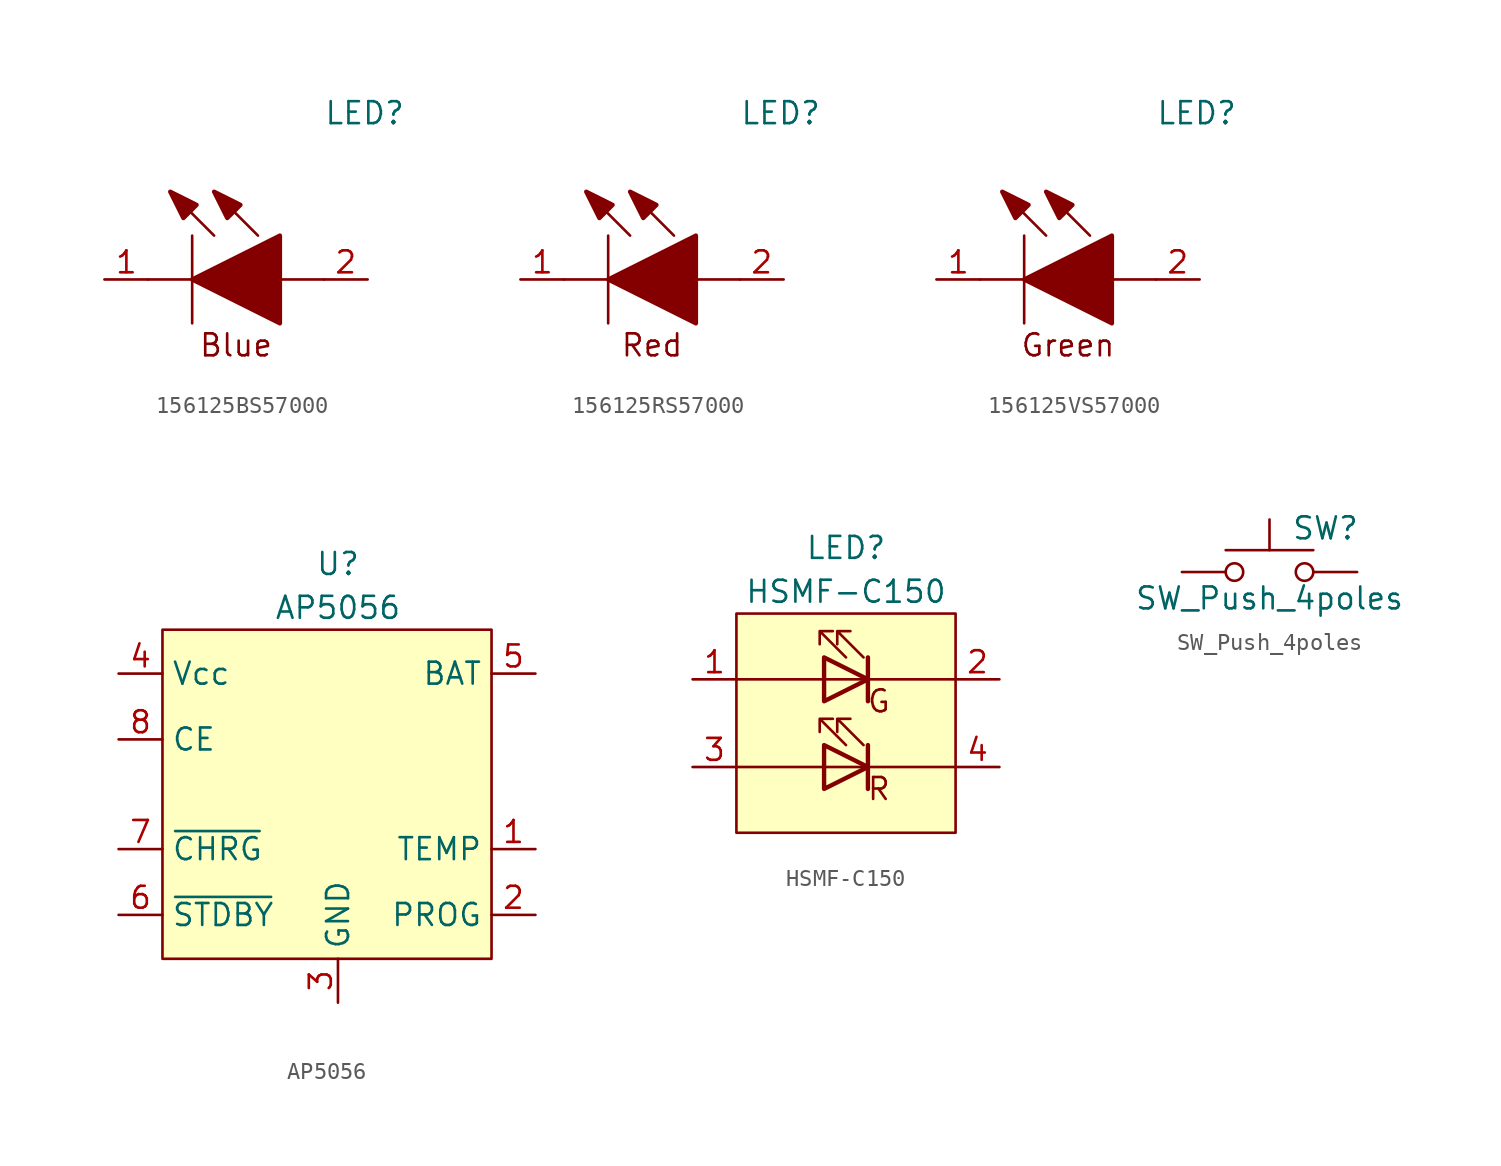
<source format=kicad_sym>
(kicad_symbol_lib
  (version 20220914)
  (generator kicad_symbol_editor)
  (symbol "156125BS57000"
    (pin_names
      (offset 0.762))
    (property "Reference" "LED"
      (at 12.7 8.89 0)
      (effects (font (size 1.27 1.27)) (justify left bottom)))
    (symbol "156125BS57000_0_0"
      (pin passive line (at 0 0 0) (length 2.54) (name "~" (effects (font (size 1.27 1.27)))) (number "1" (effects (font (size 1.27 1.27)))))
      (pin passive line (at 15.24 0 180) (length 2.54) (name "~" (effects (font (size 1.27 1.27)))) (number "2" (effects (font (size 1.27 1.27))))))
    (symbol "156125BS57000_0_1"
      (polyline (pts (xy 2.54 0) (xy 5.08 0)) (stroke (width 0.152) (type solid)) (fill (type none)))
      (polyline (pts (xy 5.08 2.54) (xy 5.08 -2.54)) (stroke (width 0.152) (type solid)) (fill (type none)))
      (polyline (pts (xy 6.35 2.54) (xy 3.81 5.08)) (stroke (width 0.152) (type solid)) (fill (type none)))
      (polyline (pts (xy 8.89 2.54) (xy 6.35 5.08)) (stroke (width 0.152) (type solid)) (fill (type none)))
      (polyline (pts (xy 10.16 0) (xy 12.7 0)) (stroke (width 0.152) (type solid)) (fill (type none)))
      (polyline (pts (xy 5.08 0) (xy 10.16 2.54) (xy 10.16 -2.54) (xy 5.08 0)) (stroke (width 0.254) (type solid)) (fill (type outline)))
      (polyline (pts (xy 5.334 4.318) (xy 4.572 3.556) (xy 3.81 5.08) (xy 5.334 4.318)) (stroke (width 0.254) (type solid)) (fill (type outline)))
      (polyline (pts (xy 7.874 4.318) (xy 7.112 3.556) (xy 6.35 5.08) (xy 7.874 4.318)) (stroke (width 0.254) (type solid)) (fill (type outline)))
      (text "Blue" (at 7.62 -3.81 0) (effects (font (size 1.27 1.27) (color 132 0 0 1))))))
  (symbol "156125RS57000"
    (pin_names
      (offset 0.762))
    (property "Reference" "LED"
      (at 12.7 8.89 0)
      (effects (font (size 1.27 1.27)) (justify left bottom)))
    (symbol "156125RS57000_0_0"
      (pin passive line (at 0 0 0) (length 2.54) (name "~" (effects (font (size 1.27 1.27)))) (number "1" (effects (font (size 1.27 1.27)))))
      (pin passive line (at 15.24 0 180) (length 2.54) (name "~" (effects (font (size 1.27 1.27)))) (number "2" (effects (font (size 1.27 1.27))))))
    (symbol "156125RS57000_0_1"
      (polyline (pts (xy 2.54 0) (xy 5.08 0)) (stroke (width 0.152) (type solid)) (fill (type none)))
      (polyline (pts (xy 5.08 2.54) (xy 5.08 -2.54)) (stroke (width 0.152) (type solid)) (fill (type none)))
      (polyline (pts (xy 6.35 2.54) (xy 3.81 5.08)) (stroke (width 0.152) (type solid)) (fill (type none)))
      (polyline (pts (xy 8.89 2.54) (xy 6.35 5.08)) (stroke (width 0.152) (type solid)) (fill (type none)))
      (polyline (pts (xy 10.16 0) (xy 12.7 0)) (stroke (width 0.152) (type solid)) (fill (type none)))
      (polyline (pts (xy 5.08 0) (xy 10.16 2.54) (xy 10.16 -2.54) (xy 5.08 0)) (stroke (width 0.254) (type solid)) (fill (type outline)))
      (polyline (pts (xy 5.334 4.318) (xy 4.572 3.556) (xy 3.81 5.08) (xy 5.334 4.318)) (stroke (width 0.254) (type solid)) (fill (type outline)))
      (polyline (pts (xy 7.874 4.318) (xy 7.112 3.556) (xy 6.35 5.08) (xy 7.874 4.318)) (stroke (width 0.254) (type solid)) (fill (type outline)))
      (text "Red" (at 7.62 -3.81 0) (effects (font (size 1.27 1.27) (color 132 0 0 1))))))
  (symbol "156125VS57000"
    (pin_names
      (offset 0.762))
    (property "Reference" "LED"
      (at 12.7 8.89 0)
      (effects (font (size 1.27 1.27)) (justify left bottom)))
    (symbol "156125VS57000_0_0"
      (pin passive line (at 0 0 0) (length 2.54) (name "~" (effects (font (size 1.27 1.27)))) (number "1" (effects (font (size 1.27 1.27)))))
      (pin passive line (at 15.24 0 180) (length 2.54) (name "~" (effects (font (size 1.27 1.27)))) (number "2" (effects (font (size 1.27 1.27))))))
    (symbol "156125VS57000_0_1"
      (polyline (pts (xy 2.54 0) (xy 5.08 0)) (stroke (width 0.152) (type solid)) (fill (type none)))
      (polyline (pts (xy 5.08 2.54) (xy 5.08 -2.54)) (stroke (width 0.152) (type solid)) (fill (type none)))
      (polyline (pts (xy 6.35 2.54) (xy 3.81 5.08)) (stroke (width 0.152) (type solid)) (fill (type none)))
      (polyline (pts (xy 8.89 2.54) (xy 6.35 5.08)) (stroke (width 0.152) (type solid)) (fill (type none)))
      (polyline (pts (xy 10.16 0) (xy 12.7 0)) (stroke (width 0.152) (type solid)) (fill (type none)))
      (polyline (pts (xy 5.08 0) (xy 10.16 2.54) (xy 10.16 -2.54) (xy 5.08 0)) (stroke (width 0.254) (type solid)) (fill (type outline)))
      (polyline (pts (xy 5.334 4.318) (xy 4.572 3.556) (xy 3.81 5.08) (xy 5.334 4.318)) (stroke (width 0.254) (type solid)) (fill (type outline)))
      (polyline (pts (xy 7.874 4.318) (xy 7.112 3.556) (xy 6.35 5.08) (xy 7.874 4.318)) (stroke (width 0.254) (type solid)) (fill (type outline)))
      (text "Green" (at 7.62 -3.81 0) (effects (font (size 1.27 1.27) (color 132 0 0 1))))))
  (symbol "AP5056"
    (property "Reference" "U"
      (at 0 12.7 0)
      (effects (font (size 1.27 1.27))))
    (property "Value" "AP5056"
      (at 0 10.16 0)
      (effects (font (size 1.27 1.27))))
    (symbol "AP5056_0_1"
      (rectangle (start -10.16 8.89) (end 8.89 -10.16) (stroke (width 0) (type default)) (fill (type background))))
    (symbol "AP5056_1_1"
      (pin input line (at 11.43 -3.81 180) (length 2.54) (name "TEMP" (effects (font (size 1.27 1.27)))) (number "1" (effects (font (size 1.27 1.27)))))
      (pin input line (at 11.43 -7.62 180) (length 2.54) (name "PROG" (effects (font (size 1.27 1.27)))) (number "2" (effects (font (size 1.27 1.27)))))
      (pin power_in line (at 0 -12.7 90) (length 2.54) (name "GND" (effects (font (size 1.27 1.27)))) (number "3" (effects (font (size 1.27 1.27)))))
      (pin power_in line (at -12.7 6.35 0) (length 2.54) (name "Vcc" (effects (font (size 1.27 1.27)))) (number "4" (effects (font (size 1.27 1.27)))))
      (pin power_out line (at 11.43 6.35 180) (length 2.54) (name "BAT" (effects (font (size 1.27 1.27)))) (number "5" (effects (font (size 1.27 1.27)))))
      (pin output line (at -12.7 -7.62 0) (length 2.54) (name "~{STDBY}" (effects (font (size 1.27 1.27)))) (number "6" (effects (font (size 1.27 1.27)))))
      (pin output line (at -12.7 -3.81 0) (length 2.54) (name "~{CHRG}" (effects (font (size 1.27 1.27)))) (number "7" (effects (font (size 1.27 1.27)))))
      (pin input line (at -12.7 2.54 0) (length 2.54) (name "CE" (effects (font (size 1.27 1.27)))) (number "8" (effects (font (size 1.27 1.27)))))))
  (symbol "HSMF-C150"
    (pin_names
      (offset 0.762) hide)
    (property "Reference" "LED"
      (at 0 8.89 0)
      (effects (font (size 1.27 1.27))))
    (property "Value" "HSMF-C150"
      (at 0 6.35 0)
      (effects (font (size 1.27 1.27))))
    (symbol "HSMF-C150_0_0"
      (rectangle (start -6.35 5.08) (end 6.35 -7.62) (stroke (width 0) (type default)) (fill (type background)))
      (text "G\n" (at 1.905 0 0) (effects (font (size 1.27 1.27))))
      (text "R" (at 1.905 -5.08 0) (effects (font (size 1.27 1.27))))
      (pin passive line (at -8.89 1.27 0) (length 2.54) (name "GA" (effects (font (size 1.27 1.27)))) (number "1" (effects (font (size 1.27 1.27)))))
      (pin passive line (at 8.89 1.27 180) (length 2.54) (name "GC" (effects (font (size 1.27 1.27)))) (number "2" (effects (font (size 1.27 1.27)))))
      (pin passive line (at -8.89 -3.81 0) (length 2.54) (name "RA" (effects (font (size 1.27 1.27)))) (number "3" (effects (font (size 1.27 1.27)))))
      (pin passive line (at 8.89 -3.81 180) (length 2.54) (name "RC" (effects (font (size 1.27 1.27)))) (number "4" (effects (font (size 1.27 1.27))))))
    (symbol "HSMF-C150_0_1"
      (polyline (pts (xy -6.35 -3.81) (xy 6.35 -3.81)) (stroke (width 0) (type default)) (fill (type none)))
      (polyline (pts (xy -6.35 1.27) (xy 6.35 1.27)) (stroke (width 0) (type default)) (fill (type none)))
      (polyline (pts (xy 1.27 -2.54) (xy 1.27 -5.08)) (stroke (width 0.254) (type default)) (fill (type none)))
      (polyline (pts (xy 1.27 2.54) (xy 1.27 0)) (stroke (width 0.254) (type default)) (fill (type none)))
      (polyline (pts (xy -1.27 -2.54) (xy -1.27 -5.08) (xy 1.27 -3.81) (xy -1.27 -2.54)) (stroke (width 0.254) (type default)) (fill (type none)))
      (polyline (pts (xy -1.27 2.54) (xy -1.27 0) (xy 1.27 1.27) (xy -1.27 2.54)) (stroke (width 0.254) (type default)) (fill (type none)))
      (polyline (pts (xy 0 -2.54) (xy -1.524 -1.016) (xy -0.762 -1.016) (xy -1.524 -1.016) (xy -1.524 -1.778)) (stroke (width 0) (type default)) (fill (type none)))
      (polyline (pts (xy 0 2.54) (xy -1.524 4.064) (xy -0.762 4.064) (xy -1.524 4.064) (xy -1.524 3.302)) (stroke (width 0) (type default)) (fill (type none)))
      (polyline (pts (xy 1.016 -2.54) (xy -0.508 -1.016) (xy 0.254 -1.016) (xy -0.508 -1.016) (xy -0.508 -1.778)) (stroke (width 0) (type default)) (fill (type none)))
      (polyline (pts (xy 1.016 2.54) (xy -0.508 4.064) (xy 0.254 4.064) (xy -0.508 4.064) (xy -0.508 3.302)) (stroke (width 0) (type default)) (fill (type none)))))
  (symbol "SW_Push_4poles"
    (pin_numbers hide)
    (pin_names
      (offset 1.016) hide)
    (property "Reference" "SW"
      (at 1.27 2.54 0)
      (effects (font (size 1.27 1.27)) (justify left)))
    (property "Value" "SW_Push_4poles"
      (at 0 -1.524 0)
      (effects (font (size 1.27 1.27))))
    (symbol "SW_Push_4poles_0_1"
      (circle (center -2.032 0) (radius 0.508) (stroke (width 0) (type default)) (fill (type none)))
      (polyline (pts (xy 0 1.27) (xy 0 3.048)) (stroke (width 0) (type default)) (fill (type none)))
      (polyline (pts (xy 2.54 1.27) (xy -2.54 1.27)) (stroke (width 0) (type default)) (fill (type none)))
      (circle (center 2.032 0) (radius 0.508) (stroke (width 0) (type default)) (fill (type none)))
      (pin passive line (at -5.08 0 0) (length 2.54) (name "1" (effects (font (size 1.27 1.27)))) (number "1" (effects (font (size 1.27 1.27)))))
      (pin passive line (at -5.08 0 0) (length 2.54) hide (name "2" (effects (font (size 1.27 1.27)))) (number "2" (effects (font (size 1.27 1.27)))))
      (pin passive line (at 5.08 0 180) (length 2.54) (name "3" (effects (font (size 1.27 1.27)))) (number "3" (effects (font (size 1.27 1.27)))))
      (pin passive line (at 5.08 0 180) (length 2.54) hide (name "4" (effects (font (size 1.27 1.27)))) (number "4" (effects (font (size 1.27 1.27))))))))
</source>
